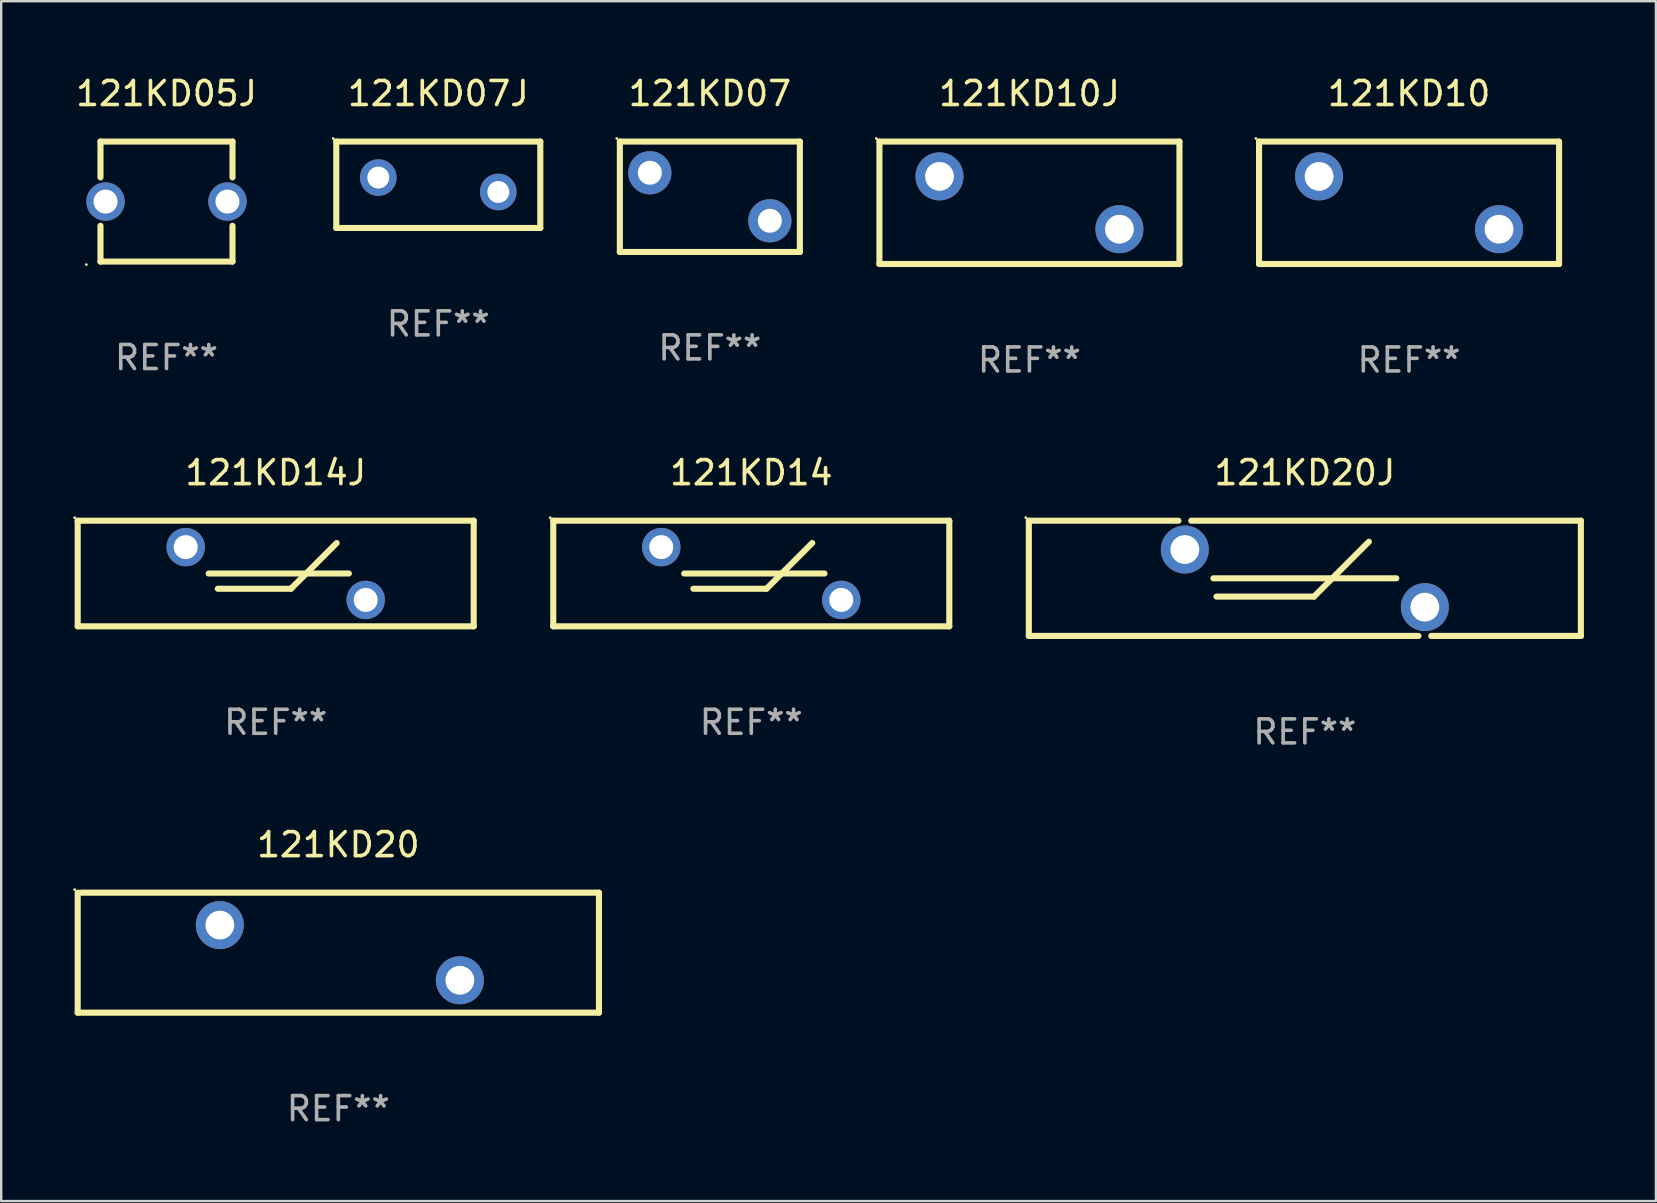
<source format=kicad_pcb>
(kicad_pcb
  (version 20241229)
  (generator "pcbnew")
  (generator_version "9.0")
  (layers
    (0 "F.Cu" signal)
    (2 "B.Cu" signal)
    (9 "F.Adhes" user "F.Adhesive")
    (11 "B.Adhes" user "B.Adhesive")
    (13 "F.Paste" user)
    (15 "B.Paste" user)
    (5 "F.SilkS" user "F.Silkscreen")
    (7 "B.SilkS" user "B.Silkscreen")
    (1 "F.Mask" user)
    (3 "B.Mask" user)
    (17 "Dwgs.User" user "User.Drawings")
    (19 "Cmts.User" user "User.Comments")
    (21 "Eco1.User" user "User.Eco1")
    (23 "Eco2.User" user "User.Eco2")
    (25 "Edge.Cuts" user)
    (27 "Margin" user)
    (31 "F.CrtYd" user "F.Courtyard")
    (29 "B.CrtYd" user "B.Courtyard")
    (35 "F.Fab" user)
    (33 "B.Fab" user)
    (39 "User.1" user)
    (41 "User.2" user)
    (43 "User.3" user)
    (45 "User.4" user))
  (footprint "121KD05J"
    (layer "F.Cu")
    (at 3.887 5.348)
    (property "Reference" "121KD05J" (at 0 -4.5 0) (layer "F.SilkS") (effects (font (size 1 1) (thickness 0.15))))
    (attr through_hole)
    (fp_line (start -2.75 -2.5) (end -2.75 -1.009) (stroke (width 0.254) (type solid)) (layer "F.SilkS"))
    (fp_line (start -2.75 -2.5) (end 2.75 -2.5) (stroke (width 0.254) (type solid)) (layer "F.SilkS"))
    (fp_line (start -2.75 1.009) (end -2.75 2.5) (stroke (width 0.254) (type solid)) (layer "F.SilkS"))
    (fp_line (start -2.75 2.5) (end 2.75 2.5) (stroke (width 0.254) (type solid)) (layer "F.SilkS"))
    (fp_line (start 2.75 -2.5) (end 2.75 -1.009) (stroke (width 0.254) (type solid)) (layer "F.SilkS"))
    (fp_line (start 2.75 1.009) (end 2.75 2.5) (stroke (width 0.254) (type solid)) (layer "F.SilkS"))
    (fp_circle (center -3.34 2.627) (end -3.31 2.627) (stroke (width 0.06) (type solid)) (fill no) (layer "F.SilkS"))
    (fp_text user "REF**" (at 0 6.5 0) (layer "F.Fab") (effects (font (size 1 1) (thickness 0.15))))
    (pad "1" thru_hole circle (at -2.54 0) (size 1.6 1.6) (drill 1) (layers "*.Cu" "*.Mask"))
    (pad "2" thru_hole circle (at 2.54 0) (size 1.6 1.6) (drill 1) (layers "*.Cu" "*.Mask")))
  (footprint "121KD07J"
    (layer "F.Cu")
    (at 15.211 4.648)
    (property "Reference" "121KD07J" (at 0 -3.8 0) (layer "F.SilkS") (effects (font (size 1 1) (thickness 0.15))))
    (attr through_hole)
    (fp_line (start -4.25 -1.8) (end -4.25 1.8) (stroke (width 0.254) (type solid)) (layer "F.SilkS"))
    (fp_line (start -4.25 -1.8) (end 4.25 -1.8) (stroke (width 0.254) (type solid)) (layer "F.SilkS"))
    (fp_line (start 4.25 1.8) (end -4.25 1.8) (stroke (width 0.254) (type solid)) (layer "F.SilkS"))
    (fp_line (start 4.25 1.8) (end 4.25 -1.8) (stroke (width 0.254) (type solid)) (layer "F.SilkS"))
    (fp_circle (center -4.377 -1.927) (end -4.347 -1.927) (stroke (width 0.06) (type solid)) (fill no) (layer "F.SilkS"))
    (fp_text user "REF**" (at 0 5.8 0) (layer "F.Fab") (effects (font (size 1 1) (thickness 0.15))))
    (pad "1" thru_hole circle (at -2.5 -0.3) (size 1.524 1.524) (drill 0.914) (layers "*.Cu" "*.Mask"))
    (pad "2" thru_hole circle (at 2.5 0.3) (size 1.524 1.524) (drill 0.914) (layers "*.Cu" "*.Mask")))
  (footprint "121KD10"
    (layer "F.Cu")
    (at 55.656 5.399)
    (property "Reference" "121KD10" (at 0 -4.55 0) (layer "F.SilkS") (effects (font (size 1 1) (thickness 0.15))))
    (attr through_hole)
    (fp_line (start -6.249 -2.55) (end 6.251 -2.55) (stroke (width 0.254) (type solid)) (layer "F.SilkS"))
    (fp_line (start -6.249 2.55) (end -6.249 -2.55) (stroke (width 0.254) (type solid)) (layer "F.SilkS"))
    (fp_line (start 6.251 -2.55) (end 6.251 2.55) (stroke (width 0.254) (type solid)) (layer "F.SilkS"))
    (fp_line (start 6.251 2.55) (end -6.251 2.55) (stroke (width 0.254) (type solid)) (layer "F.SilkS"))
    (fp_circle (center -6.378 -2.677) (end -6.348 -2.677) (stroke (width 0.06) (type solid)) (fill no) (layer "F.SilkS"))
    (fp_text user "REF**" (at 0 6.55 0) (layer "F.Fab") (effects (font (size 1 1) (thickness 0.15))))
    (pad "1" thru_hole circle (at -3.748 -1.1) (size 2 2) (drill 1.2) (layers "*.Cu" "*.Mask"))
    (pad "2" thru_hole circle (at 3.75 1.1) (size 2 2) (drill 1.2) (layers "*.Cu" "*.Mask")))
  (footprint "121KD14"
    (layer "F.Cu")
    (at 28.251 20.845)
    (property "Reference" "121KD14" (at 0 -4.2 0) (layer "F.SilkS") (effects (font (size 1 1) (thickness 0.15))))
    (attr through_hole)
    (fp_line (start -8.25 -2.2) (end -8.25 2.2) (stroke (width 0.254) (type solid)) (layer "F.SilkS"))
    (fp_line (start -8.25 -2.2) (end 8.25 -2.2) (stroke (width 0.254) (type solid)) (layer "F.SilkS"))
    (fp_line (start -8.25 2.2) (end 8.25 2.2) (stroke (width 0.254) (type solid)) (layer "F.SilkS"))
    (fp_line (start -2.794 0) (end 3.048 0) (stroke (width 0.254) (type solid)) (layer "F.SilkS"))
    (fp_line (start -2.413 0.635) (end 0.635 0.635) (stroke (width 0.254) (type solid)) (layer "F.SilkS"))
    (fp_line (start 0.635 0.635) (end 2.54 -1.27) (stroke (width 0.254) (type solid)) (layer "F.SilkS"))
    (fp_line (start 8.25 -2.2) (end 8.25 2.2) (stroke (width 0.254) (type solid)) (layer "F.SilkS"))
    (fp_circle (center -8.377 -2.327) (end -8.347 -2.327) (stroke (width 0.06) (type solid)) (fill no) (layer "F.SilkS"))
    (fp_text user "REF**" (at 0 6.2 0) (layer "F.Fab") (effects (font (size 1 1) (thickness 0.15))))
    (pad "1" thru_hole circle (at -3.75 -1.1) (size 1.6 1.6) (drill 1) (layers "*.Cu" "*.Mask"))
    (pad "2" thru_hole circle (at 3.75 1.1) (size 1.6 1.6) (drill 1) (layers "*.Cu" "*.Mask")))
  (footprint "121KD20J"
    (layer "F.Cu")
    (at 51.315 21.045)
    (property "Reference" "121KD20J" (at 0 -4.4 0) (layer "F.SilkS") (effects (font (size 1 1) (thickness 0.15))))
    (attr through_hole)
    (fp_line (start -11.5 -2.4) (end -11.5 2.4) (stroke (width 0.254) (type solid)) (layer "F.SilkS"))
    (fp_line (start -11.5 -2.4) (end -5.266 -2.4) (stroke (width 0.254) (type solid)) (layer "F.SilkS"))
    (fp_line (start -11.5 2.4) (end 4.734 2.4) (stroke (width 0.254) (type solid)) (layer "F.SilkS"))
    (fp_line (start -4.734 -2.4) (end 11.5 -2.4) (stroke (width 0.254) (type solid)) (layer "F.SilkS"))
    (fp_line (start -3.81 -0.000013) (end 3.81 -0.000013) (stroke (width 0.254) (type solid)) (layer "F.SilkS"))
    (fp_line (start -3.683 0.762) (end 0.381 0.762) (stroke (width 0.254) (type solid)) (layer "F.SilkS"))
    (fp_line (start 0.381 0.762) (end 2.667 -1.524) (stroke (width 0.254) (type solid)) (layer "F.SilkS"))
    (fp_line (start 5.266 2.4) (end 11.5 2.4) (stroke (width 0.254) (type solid)) (layer "F.SilkS"))
    (fp_line (start 11.5 -2.4) (end 11.5 2.4) (stroke (width 0.254) (type solid)) (layer "F.SilkS"))
    (fp_circle (center -11.627 -2.527) (end -11.597 -2.527) (stroke (width 0.06) (type solid)) (fill no) (layer "F.SilkS"))
    (fp_text user "REF**" (at 0 6.4 0) (layer "F.Fab") (effects (font (size 1 1) (thickness 0.15))))
    (pad "1" thru_hole circle (at -5 -1.2) (size 2 2) (drill 1.2) (layers "*.Cu" "*.Mask"))
    (pad "2" thru_hole circle (at 5 1.2) (size 2 2) (drill 1.2) (layers "*.Cu" "*.Mask")))
  (footprint "121KD10J"
    (layer "F.Cu")
    (at 39.84 5.399)
    (property "Reference" "121KD10J" (at 0 -4.55 0) (layer "F.SilkS") (effects (font (size 1 1) (thickness 0.15))))
    (attr through_hole)
    (fp_line (start -6.249 -2.55) (end 6.251 -2.55) (stroke (width 0.254) (type solid)) (layer "F.SilkS"))
    (fp_line (start -6.249 2.55) (end -6.249 -2.55) (stroke (width 0.254) (type solid)) (layer "F.SilkS"))
    (fp_line (start 6.251 -2.55) (end 6.251 2.55) (stroke (width 0.254) (type solid)) (layer "F.SilkS"))
    (fp_line (start 6.251 2.55) (end -6.251 2.55) (stroke (width 0.254) (type solid)) (layer "F.SilkS"))
    (fp_circle (center -6.378 -2.677) (end -6.348 -2.677) (stroke (width 0.06) (type solid)) (fill no) (layer "F.SilkS"))
    (fp_text user "REF**" (at 0 6.55 0) (layer "F.Fab") (effects (font (size 1 1) (thickness 0.15))))
    (pad "1" thru_hole circle (at -3.748 -1.1) (size 2 2) (drill 1.2) (layers "*.Cu" "*.Mask"))
    (pad "2" thru_hole circle (at 3.75 1.1) (size 2 2) (drill 1.2) (layers "*.Cu" "*.Mask")))
  (footprint "121KD20"
    (layer "F.Cu")
    (at 11.046 36.642)
    (property "Reference" "121KD20" (at 0 -4.5 0) (layer "F.SilkS") (effects (font (size 1 1) (thickness 0.15))))
    (attr through_hole)
    (fp_line (start -10.859 2.5) (end -10.859 -2.5) (stroke (width 0.254) (type solid)) (layer "F.SilkS"))
    (fp_line (start -10.732 -2.5) (end 10.859 -2.5) (stroke (width 0.254) (type solid)) (layer "F.SilkS"))
    (fp_line (start 10.859 -2.5) (end 10.859 2.5) (stroke (width 0.254) (type solid)) (layer "F.SilkS"))
    (fp_line (start 10.859 2.5) (end -10.859 2.5) (stroke (width 0.254) (type solid)) (layer "F.SilkS"))
    (fp_circle (center -10.986 -2.627) (end -10.956 -2.627) (stroke (width 0.06) (type solid)) (fill no) (layer "F.SilkS"))
    (fp_text user "REF**" (at 0 6.5 0) (layer "F.Fab") (effects (font (size 1 1) (thickness 0.15))))
    (pad "1" thru_hole circle (at -4.937 -1.15) (size 2 2) (drill 1.2) (layers "*.Cu" "*.Mask"))
    (pad "2" thru_hole circle (at 5.063 1.15) (size 2 2) (drill 1.2) (layers "*.Cu" "*.Mask")))
  (footprint "121KD07"
    (layer "F.Cu")
    (at 26.525 5.148)
    (property "Reference" "121KD07" (at 0 -4.3 0) (layer "F.SilkS") (effects (font (size 1 1) (thickness 0.15))))
    (attr through_hole)
    (fp_line (start -3.75 -2.3) (end 3.75 -2.3) (stroke (width 0.254) (type solid)) (layer "F.SilkS"))
    (fp_line (start -3.75 2.3) (end -3.75 -2.3) (stroke (width 0.254) (type solid)) (layer "F.SilkS"))
    (fp_line (start 3.75 -2.3) (end 3.75 2.3) (stroke (width 0.254) (type solid)) (layer "F.SilkS"))
    (fp_line (start 3.75 2.3) (end -3.75 2.3) (stroke (width 0.254) (type solid)) (layer "F.SilkS"))
    (fp_circle (center -3.877 -2.427) (end -3.847 -2.427) (stroke (width 0.06) (type solid)) (fill no) (layer "F.SilkS"))
    (fp_text user "REF**" (at 0 6.3 0) (layer "F.Fab") (effects (font (size 1 1) (thickness 0.15))))
    (pad "1" thru_hole circle (at -2.5 -1) (size 1.8 1.8) (drill 1) (layers "*.Cu" "*.Mask"))
    (pad "2" thru_hole circle (at 2.5 1) (size 1.8 1.8) (drill 1) (layers "*.Cu" "*.Mask")))
  (footprint "121KD14J"
    (layer "F.Cu")
    (at 8.437 20.845)
    (property "Reference" "121KD14J" (at 0 -4.2 0) (layer "F.SilkS") (effects (font (size 1 1) (thickness 0.15))))
    (attr through_hole)
    (fp_line (start -8.25 -2.2) (end -8.25 2.2) (stroke (width 0.254) (type solid)) (layer "F.SilkS"))
    (fp_line (start -8.25 -2.2) (end 8.25 -2.2) (stroke (width 0.254) (type solid)) (layer "F.SilkS"))
    (fp_line (start -8.25 2.2) (end 8.25 2.2) (stroke (width 0.254) (type solid)) (layer "F.SilkS"))
    (fp_line (start -2.794 0) (end 3.048 0) (stroke (width 0.254) (type solid)) (layer "F.SilkS"))
    (fp_line (start -2.413 0.635) (end 0.635 0.635) (stroke (width 0.254) (type solid)) (layer "F.SilkS"))
    (fp_line (start 0.635 0.635) (end 2.54 -1.27) (stroke (width 0.254) (type solid)) (layer "F.SilkS"))
    (fp_line (start 8.25 -2.2) (end 8.25 2.2) (stroke (width 0.254) (type solid)) (layer "F.SilkS"))
    (fp_circle (center -8.377 -2.327) (end -8.347 -2.327) (stroke (width 0.06) (type solid)) (fill no) (layer "F.SilkS"))
    (fp_text user "REF**" (at 0 6.2 0) (layer "F.Fab") (effects (font (size 1 1) (thickness 0.15))))
    (pad "1" thru_hole circle (at -3.75 -1.1) (size 1.6 1.6) (drill 1) (layers "*.Cu" "*.Mask"))
    (pad "2" thru_hole circle (at 3.75 1.1) (size 1.6 1.6) (drill 1) (layers "*.Cu" "*.Mask")))
  (gr_rect
    (start -3 -3)
    (end 65.942 46.99)
    (stroke (width 0.1) (type default))
    (fill no)
    (layer "Edge.Cuts")))
</source>
